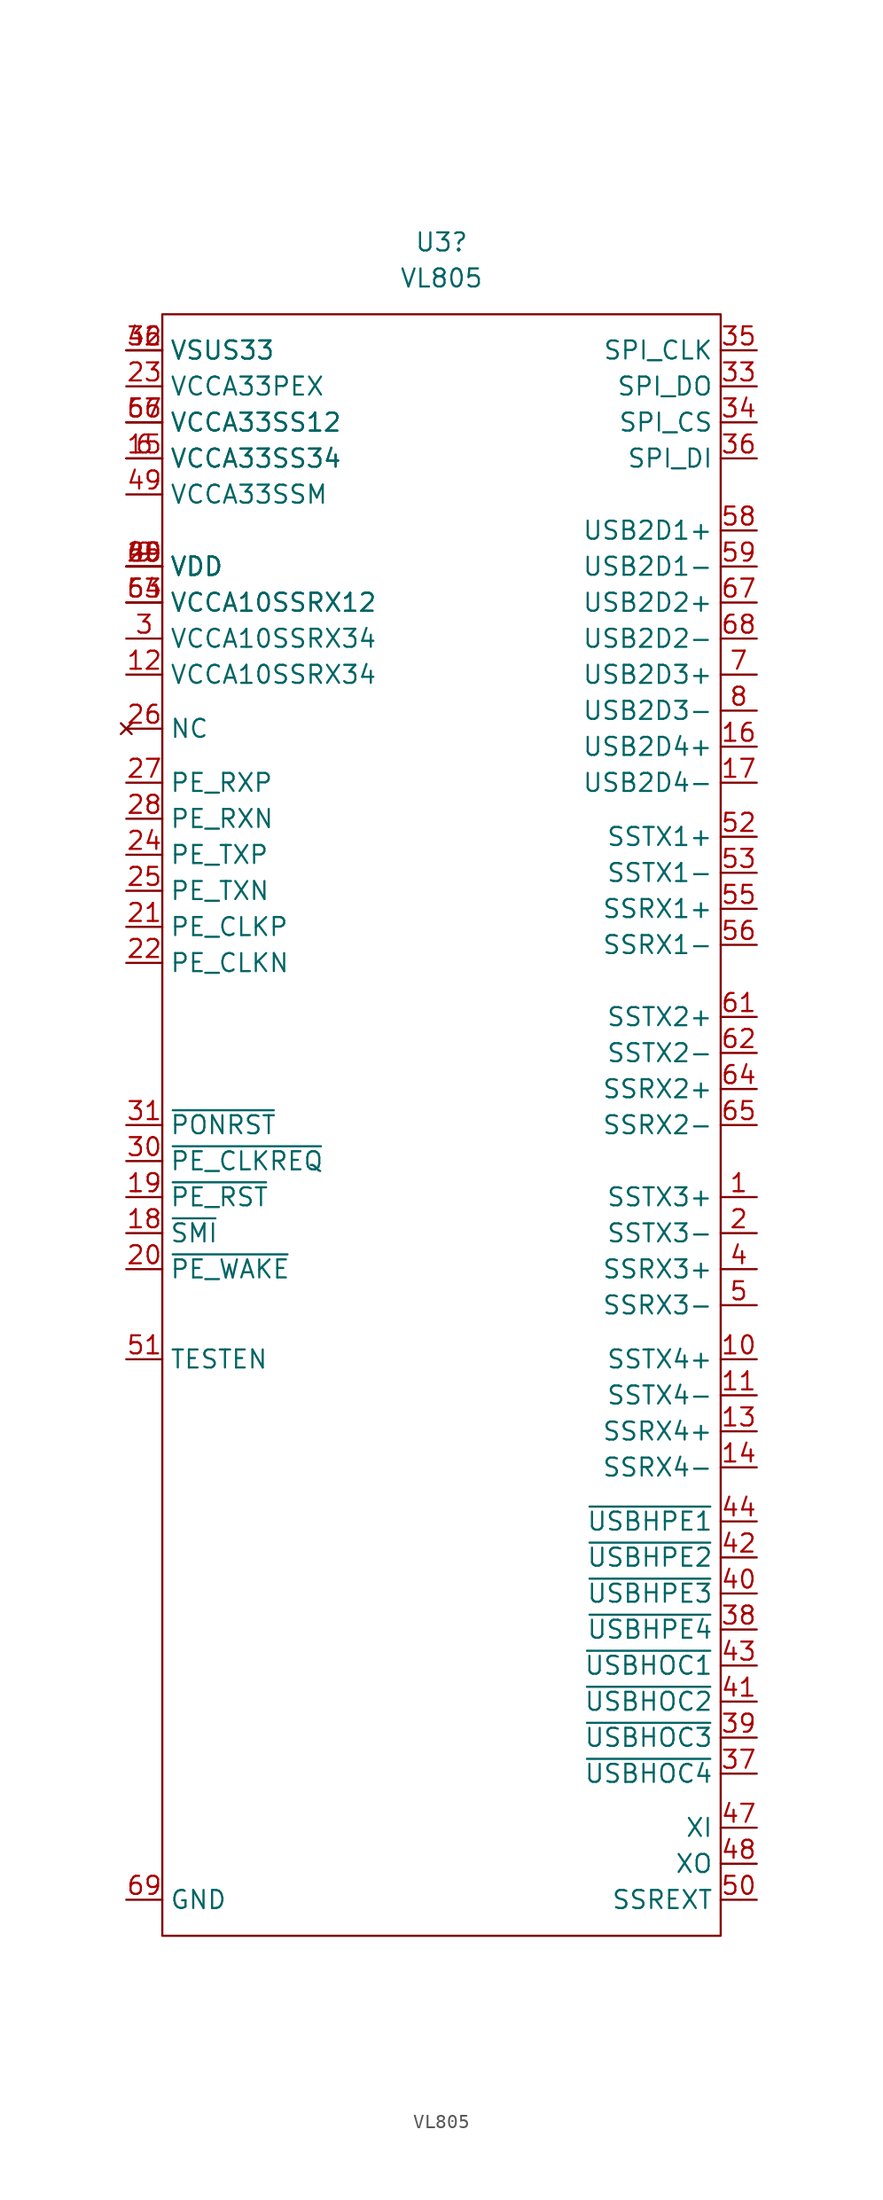
<source format=kicad_sym>
(kicad_symbol_lib
  (version 20241209)
  (generator "kicad_symbol_editor")
  (generator_version "9.0")
  (symbol "VL805"
    (property "Reference" "U3"
      (at -0.635 45.72 0)
      (effects (font (size 1.27 1.27))))
    (property "Value" "VL805"
      (at -0.635 43.18 0)
      (effects (font (size 1.27 1.27))))
    (symbol "VL805_0_1"
      (rectangle (start -20.32 40.64) (end 19.05 -73.66) (stroke (width 0.152) (type default)) (fill (type none))))
    (symbol "VL805_1_1"
      (pin input line (at -22.86 38.1 0) (length 2.54) (name "VSUS33" (effects (font (size 1.27 1.27)))) (number "32" (effects (font (size 1.27 1.27)))))
      (pin input line (at -22.86 38.1 0) (length 2.54) (name "VSUS33" (effects (font (size 1.27 1.27)))) (number "46" (effects (font (size 1.27 1.27)))))
      (pin input line (at -22.86 35.56 0) (length 2.54) (name "VCCA33PEX" (effects (font (size 1.27 1.27)))) (number "23" (effects (font (size 1.27 1.27)))))
      (pin input line (at -22.86 33.02 0) (length 2.54) (name "VCCA33SS12" (effects (font (size 1.27 1.27)))) (number "57" (effects (font (size 1.27 1.27)))))
      (pin input line (at -22.86 33.02 0) (length 2.54) (name "VCCA33SS12" (effects (font (size 1.27 1.27)))) (number "66" (effects (font (size 1.27 1.27)))))
      (pin input line (at -22.86 30.48 0) (length 2.54) (name "VCCA33SS34" (effects (font (size 1.27 1.27)))) (number "15" (effects (font (size 1.27 1.27)))))
      (pin input line (at -22.86 30.48 0) (length 2.54) (name "VCCA33SS34" (effects (font (size 1.27 1.27)))) (number "6" (effects (font (size 1.27 1.27)))))
      (pin input line (at -22.86 27.94 0) (length 2.54) (name "VCCA33SSM" (effects (font (size 1.27 1.27)))) (number "49" (effects (font (size 1.27 1.27)))))
      (pin input line (at -22.86 22.86 0) (length 2.54) (name "VDD" (effects (font (size 1.27 1.27)))) (number "29" (effects (font (size 1.27 1.27)))))
      (pin input line (at -22.86 22.86 0) (length 2.54) (name "VDD" (effects (font (size 1.27 1.27)))) (number "45" (effects (font (size 1.27 1.27)))))
      (pin input line (at -22.86 22.86 0) (length 2.54) (name "VDD" (effects (font (size 1.27 1.27)))) (number "60" (effects (font (size 1.27 1.27)))))
      (pin input line (at -22.86 22.86 0) (length 2.54) (name "VDD" (effects (font (size 1.27 1.27)))) (number "9" (effects (font (size 1.27 1.27)))))
      (pin input line (at -22.86 20.32 0) (length 2.54) (name "VCCA10SSRX12" (effects (font (size 1.27 1.27)))) (number "54" (effects (font (size 1.27 1.27)))))
      (pin input line (at -22.86 20.32 0) (length 2.54) (name "VCCA10SSRX12" (effects (font (size 1.27 1.27)))) (number "63" (effects (font (size 1.27 1.27)))))
      (pin input line (at -22.86 17.78 0) (length 2.54) (name "VCCA10SSRX34" (effects (font (size 1.27 1.27)))) (number "3" (effects (font (size 1.27 1.27)))))
      (pin input line (at -22.86 15.24 0) (length 2.54) (name "VCCA10SSRX34" (effects (font (size 1.27 1.27)))) (number "12" (effects (font (size 1.27 1.27)))))
      (pin no_connect line (at -22.86 11.43 0) (length 2.54) (name "NC" (effects (font (size 1.27 1.27)))) (number "26" (effects (font (size 1.27 1.27)))))
      (pin input line (at -22.86 7.62 0) (length 2.54) (name "PE_RXP" (effects (font (size 1.27 1.27)))) (number "27" (effects (font (size 1.27 1.27)))))
      (pin input line (at -22.86 5.08 0) (length 2.54) (name "PE_RXN" (effects (font (size 1.27 1.27)))) (number "28" (effects (font (size 1.27 1.27)))))
      (pin input line (at -22.86 2.54 0) (length 2.54) (name "PE_TXP" (effects (font (size 1.27 1.27)))) (number "24" (effects (font (size 1.27 1.27)))))
      (pin input line (at -22.86 0 0) (length 2.54) (name "PE_TXN" (effects (font (size 1.27 1.27)))) (number "25" (effects (font (size 1.27 1.27)))))
      (pin input line (at -22.86 -2.54 0) (length 2.54) (name "PE_CLKP" (effects (font (size 1.27 1.27)))) (number "21" (effects (font (size 1.27 1.27)))))
      (pin input line (at -22.86 -5.08 0) (length 2.54) (name "PE_CLKN" (effects (font (size 1.27 1.27)))) (number "22" (effects (font (size 1.27 1.27)))))
      (pin input line (at -22.86 -16.51 0) (length 2.54) (name "~{PONRST}" (effects (font (size 1.27 1.27)))) (number "31" (effects (font (size 1.27 1.27)))))
      (pin input line (at -22.86 -19.05 0) (length 2.54) (name "~{PE_CLKREQ}" (effects (font (size 1.27 1.27)))) (number "30" (effects (font (size 1.27 1.27)))))
      (pin input line (at -22.86 -21.59 0) (length 2.54) (name "~{PE_RST}" (effects (font (size 1.27 1.27)))) (number "19" (effects (font (size 1.27 1.27)))))
      (pin input line (at -22.86 -24.13 0) (length 2.54) (name "~{SMI}" (effects (font (size 1.27 1.27)))) (number "18" (effects (font (size 1.27 1.27)))))
      (pin input line (at -22.86 -26.67 0) (length 2.54) (name "~{PE_WAKE}" (effects (font (size 1.27 1.27)))) (number "20" (effects (font (size 1.27 1.27)))))
      (pin input line (at -22.86 -33.02 0) (length 2.54) (name "TESTEN" (effects (font (size 1.27 1.27)))) (number "51" (effects (font (size 1.27 1.27)))))
      (pin input line (at -22.86 -71.12 0) (length 2.54) (name "GND" (effects (font (size 1.27 1.27)))) (number "69" (effects (font (size 1.27 1.27)))))
      (pin input line (at 21.59 38.1 180) (length 2.54) (name "SPI_CLK" (effects (font (size 1.27 1.27)))) (number "35" (effects (font (size 1.27 1.27)))))
      (pin input line (at 21.59 35.56 180) (length 2.54) (name "SPI_DO" (effects (font (size 1.27 1.27)))) (number "33" (effects (font (size 1.27 1.27)))))
      (pin input line (at 21.59 33.02 180) (length 2.54) (name "SPI_CS" (effects (font (size 1.27 1.27)))) (number "34" (effects (font (size 1.27 1.27)))))
      (pin input line (at 21.59 30.48 180) (length 2.54) (name "SPI_DI" (effects (font (size 1.27 1.27)))) (number "36" (effects (font (size 1.27 1.27)))))
      (pin input line (at 21.59 25.4 180) (length 2.54) (name "USB2D1+" (effects (font (size 1.27 1.27)))) (number "58" (effects (font (size 1.27 1.27)))))
      (pin input line (at 21.59 22.86 180) (length 2.54) (name "USB2D1-" (effects (font (size 1.27 1.27)))) (number "59" (effects (font (size 1.27 1.27)))))
      (pin input line (at 21.59 20.32 180) (length 2.54) (name "USB2D2+" (effects (font (size 1.27 1.27)))) (number "67" (effects (font (size 1.27 1.27)))))
      (pin input line (at 21.59 17.78 180) (length 2.54) (name "USB2D2-" (effects (font (size 1.27 1.27)))) (number "68" (effects (font (size 1.27 1.27)))))
      (pin input line (at 21.59 15.24 180) (length 2.54) (name "USB2D3+" (effects (font (size 1.27 1.27)))) (number "7" (effects (font (size 1.27 1.27)))))
      (pin input line (at 21.59 12.7 180) (length 2.54) (name "USB2D3-" (effects (font (size 1.27 1.27)))) (number "8" (effects (font (size 1.27 1.27)))))
      (pin input line (at 21.59 10.16 180) (length 2.54) (name "USB2D4+" (effects (font (size 1.27 1.27)))) (number "16" (effects (font (size 1.27 1.27)))))
      (pin input line (at 21.59 7.62 180) (length 2.54) (name "USB2D4-" (effects (font (size 1.27 1.27)))) (number "17" (effects (font (size 1.27 1.27)))))
      (pin input line (at 21.59 3.81 180) (length 2.54) (name "SSTX1+" (effects (font (size 1.27 1.27)))) (number "52" (effects (font (size 1.27 1.27)))))
      (pin input line (at 21.59 1.27 180) (length 2.54) (name "SSTX1-" (effects (font (size 1.27 1.27)))) (number "53" (effects (font (size 1.27 1.27)))))
      (pin input line (at 21.59 -1.27 180) (length 2.54) (name "SSRX1+" (effects (font (size 1.27 1.27)))) (number "55" (effects (font (size 1.27 1.27)))))
      (pin input line (at 21.59 -3.81 180) (length 2.54) (name "SSRX1-" (effects (font (size 1.27 1.27)))) (number "56" (effects (font (size 1.27 1.27)))))
      (pin input line (at 21.59 -8.89 180) (length 2.54) (name "SSTX2+" (effects (font (size 1.27 1.27)))) (number "61" (effects (font (size 1.27 1.27)))))
      (pin input line (at 21.59 -11.43 180) (length 2.54) (name "SSTX2-" (effects (font (size 1.27 1.27)))) (number "62" (effects (font (size 1.27 1.27)))))
      (pin input line (at 21.59 -13.97 180) (length 2.54) (name "SSRX2+" (effects (font (size 1.27 1.27)))) (number "64" (effects (font (size 1.27 1.27)))))
      (pin input line (at 21.59 -16.51 180) (length 2.54) (name "SSRX2-" (effects (font (size 1.27 1.27)))) (number "65" (effects (font (size 1.27 1.27)))))
      (pin input line (at 21.59 -21.59 180) (length 2.54) (name "SSTX3+" (effects (font (size 1.27 1.27)))) (number "1" (effects (font (size 1.27 1.27)))))
      (pin input line (at 21.59 -24.13 180) (length 2.54) (name "SSTX3-" (effects (font (size 1.27 1.27)))) (number "2" (effects (font (size 1.27 1.27)))))
      (pin input line (at 21.59 -26.67 180) (length 2.54) (name "SSRX3+" (effects (font (size 1.27 1.27)))) (number "4" (effects (font (size 1.27 1.27)))))
      (pin input line (at 21.59 -29.21 180) (length 2.54) (name "SSRX3-" (effects (font (size 1.27 1.27)))) (number "5" (effects (font (size 1.27 1.27)))))
      (pin input line (at 21.59 -33.02 180) (length 2.54) (name "SSTX4+" (effects (font (size 1.27 1.27)))) (number "10" (effects (font (size 1.27 1.27)))))
      (pin input line (at 21.59 -35.56 180) (length 2.54) (name "SSTX4-" (effects (font (size 1.27 1.27)))) (number "11" (effects (font (size 1.27 1.27)))))
      (pin input line (at 21.59 -38.1 180) (length 2.54) (name "SSRX4+" (effects (font (size 1.27 1.27)))) (number "13" (effects (font (size 1.27 1.27)))))
      (pin input line (at 21.59 -40.64 180) (length 2.54) (name "SSRX4-" (effects (font (size 1.27 1.27)))) (number "14" (effects (font (size 1.27 1.27)))))
      (pin input line (at 21.59 -44.45 180) (length 2.54) (name "~{USBHPE1}" (effects (font (size 1.27 1.27)))) (number "44" (effects (font (size 1.27 1.27)))))
      (pin input line (at 21.59 -46.99 180) (length 2.54) (name "~{USBHPE2}" (effects (font (size 1.27 1.27)))) (number "42" (effects (font (size 1.27 1.27)))))
      (pin input line (at 21.59 -49.53 180) (length 2.54) (name "~{USBHPE3}" (effects (font (size 1.27 1.27)))) (number "40" (effects (font (size 1.27 1.27)))))
      (pin input line (at 21.59 -52.07 180) (length 2.54) (name "~{USBHPE4}" (effects (font (size 1.27 1.27)))) (number "38" (effects (font (size 1.27 1.27)))))
      (pin input line (at 21.59 -54.61 180) (length 2.54) (name "~{USBHOC1}" (effects (font (size 1.27 1.27)))) (number "43" (effects (font (size 1.27 1.27)))))
      (pin input line (at 21.59 -57.15 180) (length 2.54) (name "~{USBHOC2}" (effects (font (size 1.27 1.27)))) (number "41" (effects (font (size 1.27 1.27)))))
      (pin input line (at 21.59 -59.69 180) (length 2.54) (name "~{USBHOC3}" (effects (font (size 1.27 1.27)))) (number "39" (effects (font (size 1.27 1.27)))))
      (pin input line (at 21.59 -62.23 180) (length 2.54) (name "~{USBHOC4}" (effects (font (size 1.27 1.27)))) (number "37" (effects (font (size 1.27 1.27)))))
      (pin input line (at 21.59 -66.04 180) (length 2.54) (name "XI" (effects (font (size 1.27 1.27)))) (number "47" (effects (font (size 1.27 1.27)))))
      (pin input line (at 21.59 -68.58 180) (length 2.54) (name "XO" (effects (font (size 1.27 1.27)))) (number "48" (effects (font (size 1.27 1.27)))))
      (pin input line (at 21.59 -71.12 180) (length 2.54) (name "SSREXT" (effects (font (size 1.27 1.27)))) (number "50" (effects (font (size 1.27 1.27))))))))
</source>
